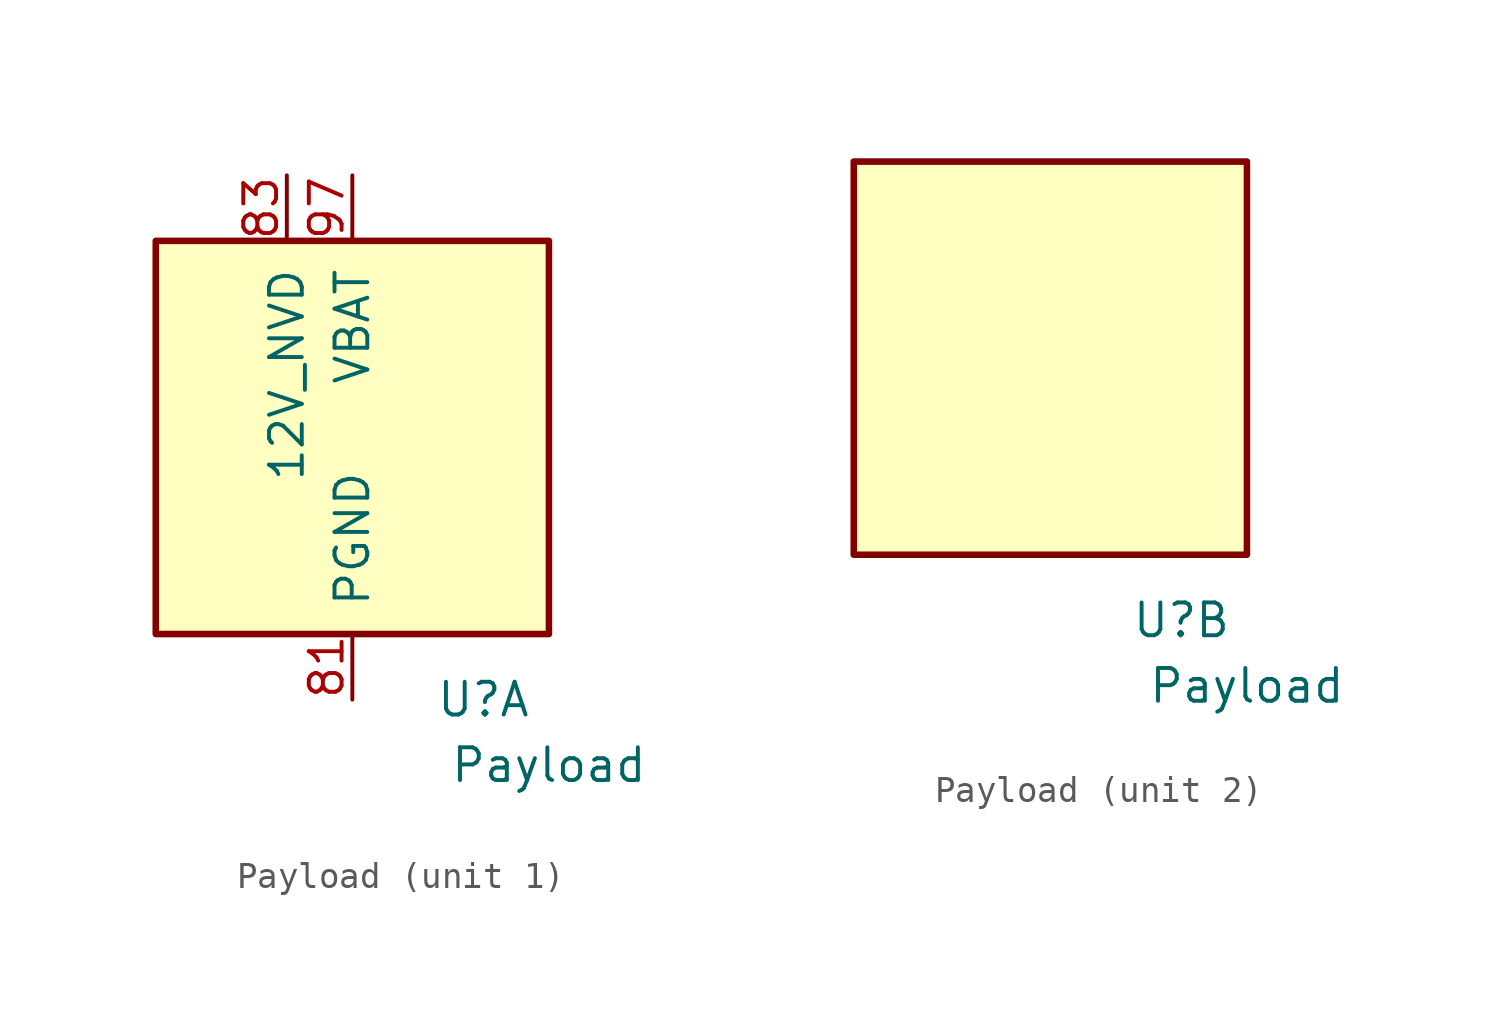
<source format=kicad_sym>
(kicad_symbol_lib
  (version 20211014)
  (generator kicad_symbol_editor)
  (symbol "Payload"
    (pin_names
      (offset 1.016))
    (property "Reference" "U"
      (at 5.08 -10.16 0)
      (effects (font (size 1.27 1.27))))
    (property "Value" "Payload"
      (at 7.62 -12.7 0)
      (effects (font (size 1.27 1.27))))
    (property "ki_locked" ""
      (at 0 0 0)
      (effects (font (size 1.27 1.27))))
    (symbol "Payload_1_1"
      (rectangle (start -7.62 7.62) (end 7.62 -7.62) (stroke (width 0.254) (type default) (color 0 0 0 0)) (fill (type background)))
      (pin power_out line (at 0 -10.16 90) (length 2.54) (name "PGND" (effects (font (size 1.27 1.27)))) (number "81" (effects (font (size 1.27 1.27)))))
      (pin passive line (at 0 -10.16 90) (length 2.54) hide (name "PGND" (effects (font (size 1.27 1.27)))) (number "82" (effects (font (size 1.27 1.27)))))
      (pin power_out line (at -2.54 10.16 270) (length 2.54) (name "12V_NVD" (effects (font (size 1.27 1.27)))) (number "83" (effects (font (size 1.27 1.27)))))
      (pin passive line (at 0 -10.16 90) (length 2.54) hide (name "PGND" (effects (font (size 1.27 1.27)))) (number "84" (effects (font (size 1.27 1.27)))))
      (pin passive line (at -2.54 10.16 270) (length 2.54) hide (name "12V_NVD" (effects (font (size 1.27 1.27)))) (number "85" (effects (font (size 1.27 1.27)))))
      (pin passive line (at -2.54 10.16 270) (length 2.54) hide (name "12V_NVD" (effects (font (size 1.27 1.27)))) (number "86" (effects (font (size 1.27 1.27)))))
      (pin passive line (at 0 10.16 270) (length 2.54) (name "VBAT" (effects (font (size 1.27 1.27)))) (number "97" (effects (font (size 1.27 1.27)))))
      (pin passive line (at 0 10.16 270) (length 2.54) hide (name "VBAT" (effects (font (size 1.27 1.27)))) (number "98" (effects (font (size 1.27 1.27))))))
    (symbol "Payload_2_1"
      (rectangle (start -7.62 7.62) (end 7.62 -7.62) (stroke (width 0.254) (type default) (color 0 0 0 0)) (fill (type background))))))
</source>
